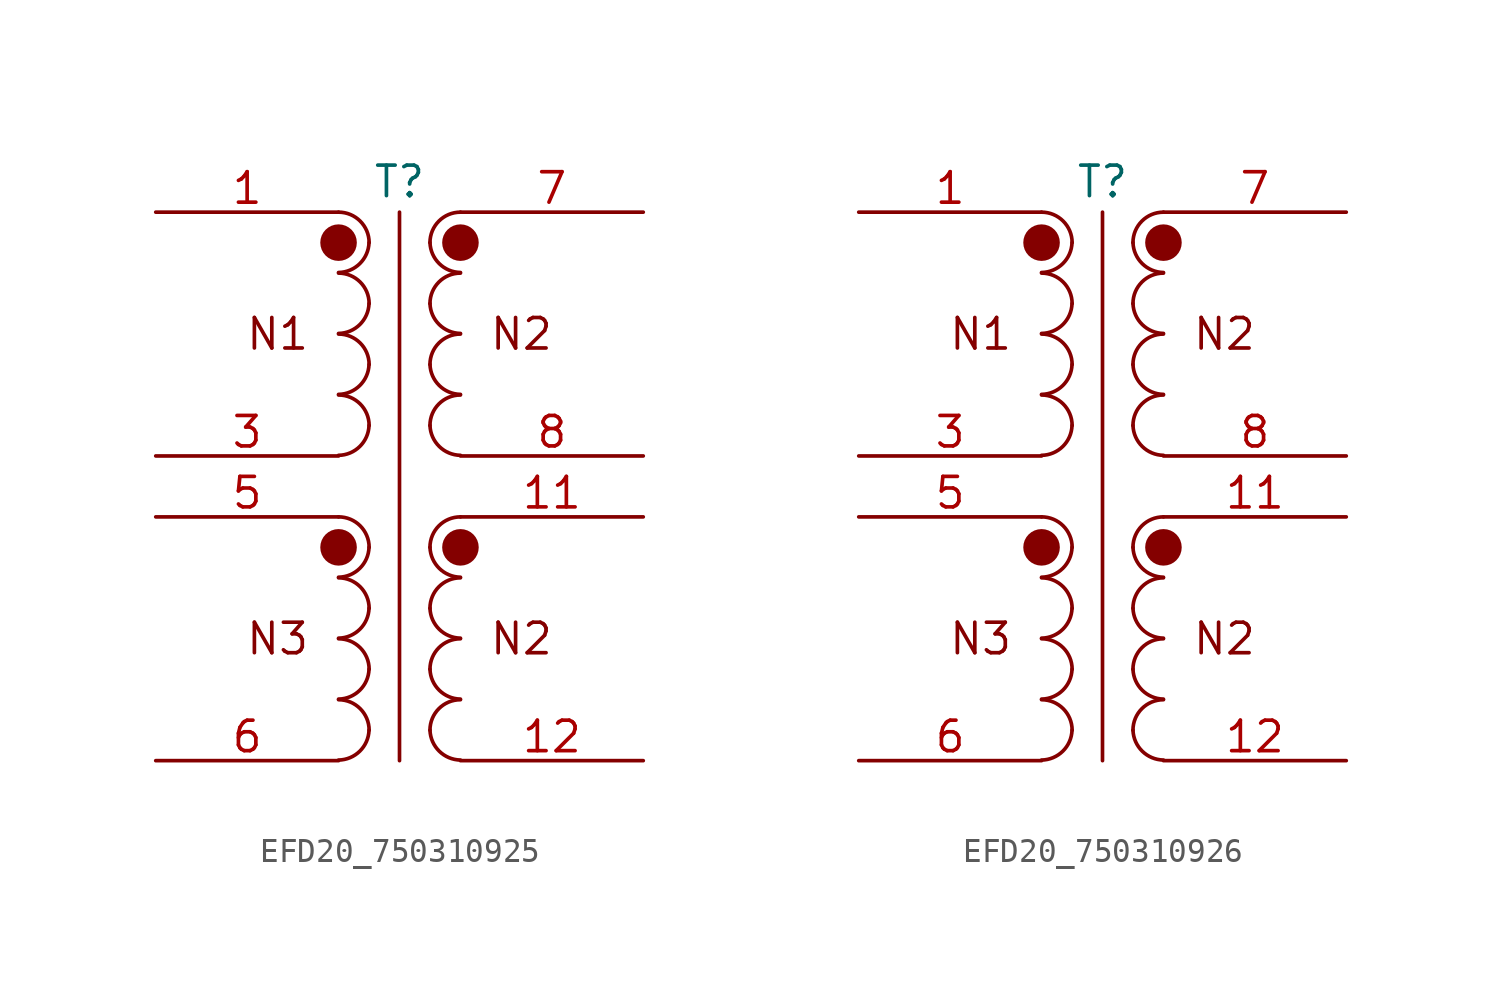
<source format=kicad_sym>
(kicad_symbol_lib
  (version 20220914)
  (generator kicad_symbol_editor)
  (symbol "EFD20_750310925"
    (pin_names hide)
    (property "Reference" "T"
      (at 0 12.7 0)
      (effects (font (size 1.27 1.27))))
    (property "Critical Parameter" ""
      (at 0 -5.08 0)
      (effects (font (size 1.27 1.27)) (justify left)))
    (symbol "EFD20_750310925_0_1"
      (arc (start -2.54 -11.4046) (mid -1.6561 -11.0363) (end -1.27 -10.16) (stroke (width 0) (type default)) (fill (type none)))
      (arc (start -2.54 -8.8646) (mid -1.6561 -8.4963) (end -1.27 -7.62) (stroke (width 0) (type default)) (fill (type none)))
      (arc (start -2.54 -6.3246) (mid -1.6561 -5.9563) (end -1.27 -5.08) (stroke (width 0) (type default)) (fill (type none)))
      (arc (start -2.54 -3.7846) (mid -1.6561 -3.4163) (end -1.27 -2.54) (stroke (width 0) (type default)) (fill (type none)))
      (arc (start -2.54 1.2954) (mid -1.6561 1.6637) (end -1.27 2.54) (stroke (width 0) (type default)) (fill (type none)))
      (arc (start -2.54 3.8354) (mid -1.6561 4.2037) (end -1.27 5.08) (stroke (width 0) (type default)) (fill (type none)))
      (arc (start -2.54 6.3754) (mid -1.6561 6.7437) (end -1.27 7.62) (stroke (width 0) (type default)) (fill (type none)))
      (arc (start -2.54 8.9154) (mid -1.6561 9.2837) (end -1.27 10.16) (stroke (width 0) (type default)) (fill (type none)))
      (arc (start -1.27 -10.16) (mid -1.642 -9.262) (end -2.54 -8.89) (stroke (width 0) (type default)) (fill (type none)))
      (arc (start -1.27 -7.62) (mid -1.642 -6.722) (end -2.54 -6.35) (stroke (width 0) (type default)) (fill (type none)))
      (arc (start -1.27 -5.08) (mid -1.642 -4.182) (end -2.54 -3.81) (stroke (width 0) (type default)) (fill (type none)))
      (arc (start -1.27 -2.54) (mid -1.642 -1.642) (end -2.54 -1.27) (stroke (width 0) (type default)) (fill (type none)))
      (arc (start -1.27 2.54) (mid -1.642 3.438) (end -2.54 3.81) (stroke (width 0) (type default)) (fill (type none)))
      (arc (start -1.27 5.08) (mid -1.642 5.978) (end -2.54 6.35) (stroke (width 0) (type default)) (fill (type none)))
      (arc (start -1.27 7.62) (mid -1.642 8.518) (end -2.54 8.89) (stroke (width 0) (type default)) (fill (type none)))
      (arc (start -1.27 10.16) (mid -1.642 11.058) (end -2.54 11.43) (stroke (width 0) (type default)) (fill (type none)))
      (polyline (pts (xy 0 -11.43) (xy 0 11.43)) (stroke (width 0) (type default)) (fill (type none)))
      (arc (start 1.27 -10.16) (mid 1.6561 -11.0363) (end 2.54 -11.4046) (stroke (width 0) (type default)) (fill (type none)))
      (arc (start 1.27 -7.62) (mid 1.6561 -8.4963) (end 2.54 -8.8646) (stroke (width 0) (type default)) (fill (type none)))
      (arc (start 1.27 -5.08) (mid 1.6561 -5.9563) (end 2.54 -6.3246) (stroke (width 0) (type default)) (fill (type none)))
      (arc (start 1.27 -2.54) (mid 1.6561 -3.4163) (end 2.54 -3.7846) (stroke (width 0) (type default)) (fill (type none)))
      (arc (start 1.27 2.54) (mid 1.6561 1.6637) (end 2.54 1.2954) (stroke (width 0) (type default)) (fill (type none)))
      (arc (start 1.27 5.08) (mid 1.6561 4.2037) (end 2.54 3.8354) (stroke (width 0) (type default)) (fill (type none)))
      (arc (start 1.27 7.62) (mid 1.6561 6.7437) (end 2.54 6.3754) (stroke (width 0) (type default)) (fill (type none)))
      (arc (start 1.27 10.16) (mid 1.6561 9.2837) (end 2.54 8.9154) (stroke (width 0) (type default)) (fill (type none)))
      (arc (start 2.54 -8.89) (mid 1.642 -9.262) (end 1.27 -10.16) (stroke (width 0) (type default)) (fill (type none)))
      (arc (start 2.54 -6.35) (mid 1.642 -6.722) (end 1.27 -7.62) (stroke (width 0) (type default)) (fill (type none)))
      (arc (start 2.54 -3.81) (mid 1.642 -4.182) (end 1.27 -5.08) (stroke (width 0) (type default)) (fill (type none)))
      (arc (start 2.54 -1.27) (mid 1.642 -1.642) (end 1.27 -2.54) (stroke (width 0) (type default)) (fill (type none)))
      (arc (start 2.54 3.81) (mid 1.642 3.438) (end 1.27 2.54) (stroke (width 0) (type default)) (fill (type none)))
      (arc (start 2.54 6.35) (mid 1.642 5.978) (end 1.27 5.08) (stroke (width 0) (type default)) (fill (type none)))
      (arc (start 2.54 8.89) (mid 1.642 8.518) (end 1.27 7.62) (stroke (width 0) (type default)) (fill (type none)))
      (arc (start 2.54 11.43) (mid 1.642 11.058) (end 1.27 10.16) (stroke (width 0) (type default)) (fill (type none))))
    (symbol "EFD20_750310925_1_1"
      (circle (center -2.54 -2.54) (radius 0.0001) (stroke (width 0.762) (type default)) (fill (type none)))
      (circle (center -2.54 10.16) (radius 0.0001) (stroke (width 0.762) (type default)) (fill (type none)))
      (circle (center 2.54 -2.54) (radius 0.0001) (stroke (width 0.762) (type default)) (fill (type none)))
      (circle (center 2.54 10.16) (radius 0.0001) (stroke (width 0.762) (type default)) (fill (type none)))
      (text "N1" (at -5.08 6.35 0) (effects (font (size 1.27 1.27))))
      (text "N2" (at 5.08 -6.35 0) (effects (font (size 1.27 1.27))))
      (text "N2" (at 5.08 6.35 0) (effects (font (size 1.27 1.27))))
      (text "N3" (at -5.08 -6.35 0) (effects (font (size 1.27 1.27))))
      (pin passive line (at -10.16 11.43 0) (length 7.62) (name "1" (effects (font (size 1.27 1.27)))) (number "1" (effects (font (size 1.27 1.27)))))
      (pin passive line (at 10.16 1.27 180) (length 7.62) hide (name "10" (effects (font (size 1.27 1.27)))) (number "10" (effects (font (size 1.27 1.27)))))
      (pin passive line (at 10.16 -1.27 180) (length 7.62) (name "11" (effects (font (size 1.27 1.27)))) (number "11" (effects (font (size 1.27 1.27)))))
      (pin passive line (at 10.16 -11.43 180) (length 7.62) (name "12" (effects (font (size 1.27 1.27)))) (number "12" (effects (font (size 1.27 1.27)))))
      (pin passive line (at -10.16 11.43 0) (length 7.62) hide (name "2" (effects (font (size 1.27 1.27)))) (number "2" (effects (font (size 1.27 1.27)))))
      (pin passive line (at -10.16 1.27 0) (length 7.62) (name "3" (effects (font (size 1.27 1.27)))) (number "3" (effects (font (size 1.27 1.27)))))
      (pin passive line (at -10.16 1.27 0) (length 7.62) hide (name "4" (effects (font (size 1.27 1.27)))) (number "4" (effects (font (size 1.27 1.27)))))
      (pin passive line (at -10.16 -1.27 0) (length 7.62) (name "5" (effects (font (size 1.27 1.27)))) (number "5" (effects (font (size 1.27 1.27)))))
      (pin passive line (at -10.16 -11.43 0) (length 7.62) (name "6" (effects (font (size 1.27 1.27)))) (number "6" (effects (font (size 1.27 1.27)))))
      (pin passive line (at 10.16 11.43 180) (length 7.62) (name "7" (effects (font (size 1.27 1.27)))) (number "7" (effects (font (size 1.27 1.27)))))
      (pin passive line (at 10.16 1.27 180) (length 7.62) (name "8" (effects (font (size 1.27 1.27)))) (number "8" (effects (font (size 1.27 1.27)))))
      (pin passive line (at 10.16 11.43 180) (length 7.62) hide (name "9" (effects (font (size 1.27 1.27)))) (number "9" (effects (font (size 1.27 1.27)))))))
  (symbol "EFD20_750310926"
    (pin_names hide)
    (property "Reference" "T"
      (at 0 12.7 0)
      (effects (font (size 1.27 1.27))))
    (property "Critical Parameter" ""
      (at 0 -5.08 0)
      (effects (font (size 1.27 1.27)) (justify left)))
    (symbol "EFD20_750310926_0_1"
      (arc (start -2.54 -11.4046) (mid -1.6561 -11.0363) (end -1.27 -10.16) (stroke (width 0) (type default)) (fill (type none)))
      (arc (start -2.54 -8.8646) (mid -1.6561 -8.4963) (end -1.27 -7.62) (stroke (width 0) (type default)) (fill (type none)))
      (arc (start -2.54 -6.3246) (mid -1.6561 -5.9563) (end -1.27 -5.08) (stroke (width 0) (type default)) (fill (type none)))
      (arc (start -2.54 -3.7846) (mid -1.6561 -3.4163) (end -1.27 -2.54) (stroke (width 0) (type default)) (fill (type none)))
      (arc (start -2.54 1.2954) (mid -1.6561 1.6637) (end -1.27 2.54) (stroke (width 0) (type default)) (fill (type none)))
      (arc (start -2.54 3.8354) (mid -1.6561 4.2037) (end -1.27 5.08) (stroke (width 0) (type default)) (fill (type none)))
      (arc (start -2.54 6.3754) (mid -1.6561 6.7437) (end -1.27 7.62) (stroke (width 0) (type default)) (fill (type none)))
      (arc (start -2.54 8.9154) (mid -1.6561 9.2837) (end -1.27 10.16) (stroke (width 0) (type default)) (fill (type none)))
      (arc (start -1.27 -10.16) (mid -1.642 -9.262) (end -2.54 -8.89) (stroke (width 0) (type default)) (fill (type none)))
      (arc (start -1.27 -7.62) (mid -1.642 -6.722) (end -2.54 -6.35) (stroke (width 0) (type default)) (fill (type none)))
      (arc (start -1.27 -5.08) (mid -1.642 -4.182) (end -2.54 -3.81) (stroke (width 0) (type default)) (fill (type none)))
      (arc (start -1.27 -2.54) (mid -1.642 -1.642) (end -2.54 -1.27) (stroke (width 0) (type default)) (fill (type none)))
      (arc (start -1.27 2.54) (mid -1.642 3.438) (end -2.54 3.81) (stroke (width 0) (type default)) (fill (type none)))
      (arc (start -1.27 5.08) (mid -1.642 5.978) (end -2.54 6.35) (stroke (width 0) (type default)) (fill (type none)))
      (arc (start -1.27 7.62) (mid -1.642 8.518) (end -2.54 8.89) (stroke (width 0) (type default)) (fill (type none)))
      (arc (start -1.27 10.16) (mid -1.642 11.058) (end -2.54 11.43) (stroke (width 0) (type default)) (fill (type none)))
      (polyline (pts (xy 0 -11.43) (xy 0 11.43)) (stroke (width 0) (type default)) (fill (type none)))
      (arc (start 1.27 -10.16) (mid 1.6561 -11.0363) (end 2.54 -11.4046) (stroke (width 0) (type default)) (fill (type none)))
      (arc (start 1.27 -7.62) (mid 1.6561 -8.4963) (end 2.54 -8.8646) (stroke (width 0) (type default)) (fill (type none)))
      (arc (start 1.27 -5.08) (mid 1.6561 -5.9563) (end 2.54 -6.3246) (stroke (width 0) (type default)) (fill (type none)))
      (arc (start 1.27 -2.54) (mid 1.6561 -3.4163) (end 2.54 -3.7846) (stroke (width 0) (type default)) (fill (type none)))
      (arc (start 1.27 2.54) (mid 1.6561 1.6637) (end 2.54 1.2954) (stroke (width 0) (type default)) (fill (type none)))
      (arc (start 1.27 5.08) (mid 1.6561 4.2037) (end 2.54 3.8354) (stroke (width 0) (type default)) (fill (type none)))
      (arc (start 1.27 7.62) (mid 1.6561 6.7437) (end 2.54 6.3754) (stroke (width 0) (type default)) (fill (type none)))
      (arc (start 1.27 10.16) (mid 1.6561 9.2837) (end 2.54 8.9154) (stroke (width 0) (type default)) (fill (type none)))
      (arc (start 2.54 -8.89) (mid 1.642 -9.262) (end 1.27 -10.16) (stroke (width 0) (type default)) (fill (type none)))
      (arc (start 2.54 -6.35) (mid 1.642 -6.722) (end 1.27 -7.62) (stroke (width 0) (type default)) (fill (type none)))
      (arc (start 2.54 -3.81) (mid 1.642 -4.182) (end 1.27 -5.08) (stroke (width 0) (type default)) (fill (type none)))
      (arc (start 2.54 -1.27) (mid 1.642 -1.642) (end 1.27 -2.54) (stroke (width 0) (type default)) (fill (type none)))
      (arc (start 2.54 3.81) (mid 1.642 3.438) (end 1.27 2.54) (stroke (width 0) (type default)) (fill (type none)))
      (arc (start 2.54 6.35) (mid 1.642 5.978) (end 1.27 5.08) (stroke (width 0) (type default)) (fill (type none)))
      (arc (start 2.54 8.89) (mid 1.642 8.518) (end 1.27 7.62) (stroke (width 0) (type default)) (fill (type none)))
      (arc (start 2.54 11.43) (mid 1.642 11.058) (end 1.27 10.16) (stroke (width 0) (type default)) (fill (type none))))
    (symbol "EFD20_750310926_1_1"
      (circle (center -2.54 -2.54) (radius 0.0001) (stroke (width 0.762) (type default)) (fill (type none)))
      (circle (center -2.54 10.16) (radius 0.0001) (stroke (width 0.762) (type default)) (fill (type none)))
      (circle (center 2.54 -2.54) (radius 0.0001) (stroke (width 0.762) (type default)) (fill (type none)))
      (circle (center 2.54 10.16) (radius 0.0001) (stroke (width 0.762) (type default)) (fill (type none)))
      (text "N1" (at -5.08 6.35 0) (effects (font (size 1.27 1.27))))
      (text "N2" (at 5.08 -6.35 0) (effects (font (size 1.27 1.27))))
      (text "N2" (at 5.08 6.35 0) (effects (font (size 1.27 1.27))))
      (text "N3" (at -5.08 -6.35 0) (effects (font (size 1.27 1.27))))
      (pin passive line (at -10.16 11.43 0) (length 7.62) (name "1" (effects (font (size 1.27 1.27)))) (number "1" (effects (font (size 1.27 1.27)))))
      (pin passive line (at 10.16 1.27 180) (length 7.62) hide (name "10" (effects (font (size 1.27 1.27)))) (number "10" (effects (font (size 1.27 1.27)))))
      (pin passive line (at 10.16 -1.27 180) (length 7.62) (name "11" (effects (font (size 1.27 1.27)))) (number "11" (effects (font (size 1.27 1.27)))))
      (pin passive line (at 10.16 -11.43 180) (length 7.62) (name "12" (effects (font (size 1.27 1.27)))) (number "12" (effects (font (size 1.27 1.27)))))
      (pin passive line (at -10.16 11.43 0) (length 7.62) hide (name "2" (effects (font (size 1.27 1.27)))) (number "2" (effects (font (size 1.27 1.27)))))
      (pin passive line (at -10.16 1.27 0) (length 7.62) (name "3" (effects (font (size 1.27 1.27)))) (number "3" (effects (font (size 1.27 1.27)))))
      (pin passive line (at -10.16 1.27 0) (length 7.62) hide (name "4" (effects (font (size 1.27 1.27)))) (number "4" (effects (font (size 1.27 1.27)))))
      (pin passive line (at -10.16 -1.27 0) (length 7.62) (name "5" (effects (font (size 1.27 1.27)))) (number "5" (effects (font (size 1.27 1.27)))))
      (pin passive line (at -10.16 -11.43 0) (length 7.62) (name "6" (effects (font (size 1.27 1.27)))) (number "6" (effects (font (size 1.27 1.27)))))
      (pin passive line (at 10.16 11.43 180) (length 7.62) (name "7" (effects (font (size 1.27 1.27)))) (number "7" (effects (font (size 1.27 1.27)))))
      (pin passive line (at 10.16 1.27 180) (length 7.62) (name "8" (effects (font (size 1.27 1.27)))) (number "8" (effects (font (size 1.27 1.27)))))
      (pin passive line (at 10.16 11.43 180) (length 7.62) hide (name "9" (effects (font (size 1.27 1.27)))) (number "9" (effects (font (size 1.27 1.27))))))))
</source>
